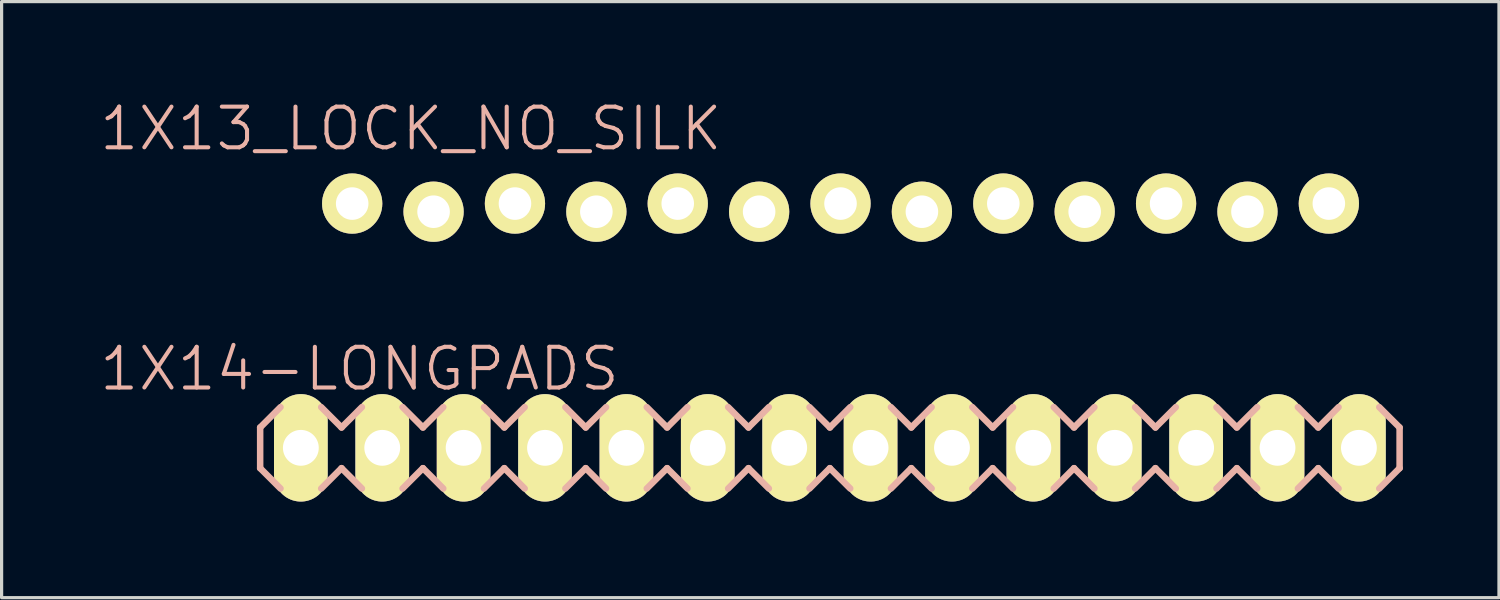
<source format=kicad_pcb>
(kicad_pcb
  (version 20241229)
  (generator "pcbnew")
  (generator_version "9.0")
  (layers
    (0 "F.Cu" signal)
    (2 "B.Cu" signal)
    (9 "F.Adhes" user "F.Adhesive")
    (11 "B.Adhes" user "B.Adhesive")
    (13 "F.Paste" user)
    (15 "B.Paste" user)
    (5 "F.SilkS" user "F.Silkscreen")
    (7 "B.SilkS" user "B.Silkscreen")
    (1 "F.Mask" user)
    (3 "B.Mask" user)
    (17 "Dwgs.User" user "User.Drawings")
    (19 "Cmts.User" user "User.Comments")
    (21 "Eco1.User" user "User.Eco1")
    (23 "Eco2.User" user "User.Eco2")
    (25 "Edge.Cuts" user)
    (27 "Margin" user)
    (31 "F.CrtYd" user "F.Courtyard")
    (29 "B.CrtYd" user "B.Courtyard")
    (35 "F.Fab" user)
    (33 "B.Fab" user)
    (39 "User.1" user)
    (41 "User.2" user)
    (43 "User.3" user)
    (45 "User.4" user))
  (footprint "1X13_LOCK_NO_SILK"
    (layer "F.Cu")
    (at 7.941 3.43)
    (property "Reference" "1X13_LOCK_NO_SILK" (at 1.829 -2.464 0) (layer "B.SilkS") (effects (font (size 1.27 1.27) (thickness 0.127))))
    (attr exclude_from_pos_files exclude_from_bom)
    (fp_line (start -0.254 -0.254) (end 0.254 -0.254) (stroke (width 0.066) (type solid)) (layer "F.SilkS"))
    (fp_line (start -0.254 0.254) (end -0.254 -0.254) (stroke (width 0.066) (type solid)) (layer "F.SilkS"))
    (fp_line (start -0.254 0.254) (end 0.254 0.254) (stroke (width 0.066) (type solid)) (layer "F.SilkS"))
    (fp_line (start 0.254 0.254) (end 0.254 -0.254) (stroke (width 0.066) (type solid)) (layer "F.SilkS"))
    (fp_line (start 2.286 -0.254) (end 2.794 -0.254) (stroke (width 0.066) (type solid)) (layer "F.SilkS"))
    (fp_line (start 2.286 0.254) (end 2.286 -0.254) (stroke (width 0.066) (type solid)) (layer "F.SilkS"))
    (fp_line (start 2.286 0.254) (end 2.794 0.254) (stroke (width 0.066) (type solid)) (layer "F.SilkS"))
    (fp_line (start 2.794 0.254) (end 2.794 -0.254) (stroke (width 0.066) (type solid)) (layer "F.SilkS"))
    (fp_line (start 4.826 -0.254) (end 5.334 -0.254) (stroke (width 0.066) (type solid)) (layer "F.SilkS"))
    (fp_line (start 4.826 0.254) (end 4.826 -0.254) (stroke (width 0.066) (type solid)) (layer "F.SilkS"))
    (fp_line (start 4.826 0.254) (end 5.334 0.254) (stroke (width 0.066) (type solid)) (layer "F.SilkS"))
    (fp_line (start 5.334 0.254) (end 5.334 -0.254) (stroke (width 0.066) (type solid)) (layer "F.SilkS"))
    (fp_line (start 7.366 -0.254) (end 7.874 -0.254) (stroke (width 0.066) (type solid)) (layer "F.SilkS"))
    (fp_line (start 7.366 0.254) (end 7.366 -0.254) (stroke (width 0.066) (type solid)) (layer "F.SilkS"))
    (fp_line (start 7.366 0.254) (end 7.874 0.254) (stroke (width 0.066) (type solid)) (layer "F.SilkS"))
    (fp_line (start 7.874 0.254) (end 7.874 -0.254) (stroke (width 0.066) (type solid)) (layer "F.SilkS"))
    (fp_line (start 9.906 -0.254) (end 10.414 -0.254) (stroke (width 0.066) (type solid)) (layer "F.SilkS"))
    (fp_line (start 9.906 0.254) (end 9.906 -0.254) (stroke (width 0.066) (type solid)) (layer "F.SilkS"))
    (fp_line (start 9.906 0.254) (end 10.414 0.254) (stroke (width 0.066) (type solid)) (layer "F.SilkS"))
    (fp_line (start 10.414 0.254) (end 10.414 -0.254) (stroke (width 0.066) (type solid)) (layer "F.SilkS"))
    (fp_line (start 12.446 -0.254) (end 12.954 -0.254) (stroke (width 0.066) (type solid)) (layer "F.SilkS"))
    (fp_line (start 12.446 0.254) (end 12.446 -0.254) (stroke (width 0.066) (type solid)) (layer "F.SilkS"))
    (fp_line (start 12.446 0.254) (end 12.954 0.254) (stroke (width 0.066) (type solid)) (layer "F.SilkS"))
    (fp_line (start 12.954 0.254) (end 12.954 -0.254) (stroke (width 0.066) (type solid)) (layer "F.SilkS"))
    (fp_line (start 14.986 -0.254) (end 15.494 -0.254) (stroke (width 0.066) (type solid)) (layer "F.SilkS"))
    (fp_line (start 14.986 0.254) (end 14.986 -0.254) (stroke (width 0.066) (type solid)) (layer "F.SilkS"))
    (fp_line (start 14.986 0.254) (end 15.494 0.254) (stroke (width 0.066) (type solid)) (layer "F.SilkS"))
    (fp_line (start 15.494 0.254) (end 15.494 -0.254) (stroke (width 0.066) (type solid)) (layer "F.SilkS"))
    (fp_line (start 17.523 -0.254) (end 18.034 -0.254) (stroke (width 0.066) (type solid)) (layer "F.SilkS"))
    (fp_line (start 17.523 0.254) (end 17.523 -0.254) (stroke (width 0.066) (type solid)) (layer "F.SilkS"))
    (fp_line (start 17.523 0.254) (end 18.034 0.254) (stroke (width 0.066) (type solid)) (layer "F.SilkS"))
    (fp_line (start 18.034 0.254) (end 18.034 -0.254) (stroke (width 0.066) (type solid)) (layer "F.SilkS"))
    (fp_line (start 20.066 -0.254) (end 20.574 -0.254) (stroke (width 0.066) (type solid)) (layer "F.SilkS"))
    (fp_line (start 20.066 0.254) (end 20.066 -0.254) (stroke (width 0.066) (type solid)) (layer "F.SilkS"))
    (fp_line (start 20.066 0.254) (end 20.574 0.254) (stroke (width 0.066) (type solid)) (layer "F.SilkS"))
    (fp_line (start 20.574 0.254) (end 20.574 -0.254) (stroke (width 0.066) (type solid)) (layer "F.SilkS"))
    (fp_line (start 22.606 -0.254) (end 23.114 -0.254) (stroke (width 0.066) (type solid)) (layer "F.SilkS"))
    (fp_line (start 22.606 0.254) (end 22.606 -0.254) (stroke (width 0.066) (type solid)) (layer "F.SilkS"))
    (fp_line (start 22.606 0.254) (end 23.114 0.254) (stroke (width 0.066) (type solid)) (layer "F.SilkS"))
    (fp_line (start 23.114 0.254) (end 23.114 -0.254) (stroke (width 0.066) (type solid)) (layer "F.SilkS"))
    (fp_line (start 25.146 -0.254) (end 25.654 -0.254) (stroke (width 0.066) (type solid)) (layer "F.SilkS"))
    (fp_line (start 25.146 0.254) (end 25.146 -0.254) (stroke (width 0.066) (type solid)) (layer "F.SilkS"))
    (fp_line (start 25.146 0.254) (end 25.654 0.254) (stroke (width 0.066) (type solid)) (layer "F.SilkS"))
    (fp_line (start 25.654 0.254) (end 25.654 -0.254) (stroke (width 0.066) (type solid)) (layer "F.SilkS"))
    (fp_line (start 27.686 -0.254) (end 28.194 -0.254) (stroke (width 0.066) (type solid)) (layer "F.SilkS"))
    (fp_line (start 27.686 0.254) (end 27.686 -0.254) (stroke (width 0.066) (type solid)) (layer "F.SilkS"))
    (fp_line (start 27.686 0.254) (end 28.194 0.254) (stroke (width 0.066) (type solid)) (layer "F.SilkS"))
    (fp_line (start 28.194 0.254) (end 28.194 -0.254) (stroke (width 0.066) (type solid)) (layer "F.SilkS"))
    (fp_line (start 30.226 -0.254) (end 30.734 -0.254) (stroke (width 0.066) (type solid)) (layer "F.SilkS"))
    (fp_line (start 30.226 0.254) (end 30.226 -0.254) (stroke (width 0.066) (type solid)) (layer "F.SilkS"))
    (fp_line (start 30.226 0.254) (end 30.734 0.254) (stroke (width 0.066) (type solid)) (layer "F.SilkS"))
    (fp_line (start 30.734 0.254) (end 30.734 -0.254) (stroke (width 0.066) (type solid)) (layer "F.SilkS"))
    (pad "1" thru_hole circle (at 0 -0.127) (size 1.88 1.88) (drill 1.016) (layers "*.Cu" "F.Mask" "F.SilkS" "F.Paste"))
    (pad "2" thru_hole circle (at 2.54 0.127) (size 1.88 1.88) (drill 1.016) (layers "*.Cu" "F.Mask" "F.SilkS" "F.Paste"))
    (pad "3" thru_hole circle (at 5.08 -0.127) (size 1.88 1.88) (drill 1.016) (layers "*.Cu" "F.Mask" "F.SilkS" "F.Paste"))
    (pad "4" thru_hole circle (at 7.62 0.127) (size 1.88 1.88) (drill 1.016) (layers "*.Cu" "F.Mask" "F.SilkS" "F.Paste"))
    (pad "5" thru_hole circle (at 10.16 -0.127) (size 1.88 1.88) (drill 1.016) (layers "*.Cu" "F.Mask" "F.SilkS" "F.Paste"))
    (pad "6" thru_hole circle (at 12.7 0.127) (size 1.88 1.88) (drill 1.016) (layers "*.Cu" "F.Mask" "F.SilkS" "F.Paste"))
    (pad "7" thru_hole circle (at 15.24 -0.127) (size 1.88 1.88) (drill 1.016) (layers "*.Cu" "F.Mask" "F.SilkS" "F.Paste"))
    (pad "8" thru_hole circle (at 17.78 0.127) (size 1.88 1.88) (drill 1.016) (layers "*.Cu" "F.Mask" "F.SilkS" "F.Paste"))
    (pad "9" thru_hole circle (at 20.32 -0.127) (size 1.88 1.88) (drill 1.016) (layers "*.Cu" "F.Mask" "F.SilkS" "F.Paste"))
    (pad "10" thru_hole circle (at 22.86 0.127) (size 1.88 1.88) (drill 1.016) (layers "*.Cu" "F.Mask" "F.SilkS" "F.Paste"))
    (pad "11" thru_hole circle (at 25.4 -0.127) (size 1.88 1.88) (drill 1.016) (layers "*.Cu" "F.Mask" "F.SilkS" "F.Paste"))
    (pad "12" thru_hole circle (at 27.94 0.127) (size 1.88 1.88) (drill 1.016) (layers "*.Cu" "F.Mask" "F.SilkS" "F.Paste"))
    (pad "13" thru_hole circle (at 30.48 -0.127) (size 1.88 1.88) (drill 1.016) (layers "*.Cu" "F.Mask" "F.SilkS" "F.Paste")))
  (footprint "1X14-LONGPADS"
    (layer "F.Cu")
    (at 6.339 10.926)
    (property "Reference" "1X14-LONGPADS" (at 1.829 -2.464 0) (layer "B.SilkS") (effects (font (size 1.27 1.27) (thickness 0.127))))
    (attr exclude_from_pos_files exclude_from_bom)
    (fp_line (start -0.254 -0.254) (end 0.254 -0.254) (stroke (width 0.066) (type solid)) (layer "F.SilkS"))
    (fp_line (start -0.254 0.254) (end -0.254 -0.254) (stroke (width 0.066) (type solid)) (layer "F.SilkS"))
    (fp_line (start -0.254 0.254) (end 0.254 0.254) (stroke (width 0.066) (type solid)) (layer "F.SilkS"))
    (fp_line (start 0.254 0.254) (end 0.254 -0.254) (stroke (width 0.066) (type solid)) (layer "F.SilkS"))
    (fp_line (start 2.286 -0.254) (end 2.794 -0.254) (stroke (width 0.066) (type solid)) (layer "F.SilkS"))
    (fp_line (start 2.286 0.254) (end 2.286 -0.254) (stroke (width 0.066) (type solid)) (layer "F.SilkS"))
    (fp_line (start 2.286 0.254) (end 2.794 0.254) (stroke (width 0.066) (type solid)) (layer "F.SilkS"))
    (fp_line (start 2.794 0.254) (end 2.794 -0.254) (stroke (width 0.066) (type solid)) (layer "F.SilkS"))
    (fp_line (start 4.826 -0.254) (end 5.334 -0.254) (stroke (width 0.066) (type solid)) (layer "F.SilkS"))
    (fp_line (start 4.826 0.254) (end 4.826 -0.254) (stroke (width 0.066) (type solid)) (layer "F.SilkS"))
    (fp_line (start 4.826 0.254) (end 5.334 0.254) (stroke (width 0.066) (type solid)) (layer "F.SilkS"))
    (fp_line (start 5.334 0.254) (end 5.334 -0.254) (stroke (width 0.066) (type solid)) (layer "F.SilkS"))
    (fp_line (start 7.366 -0.254) (end 7.874 -0.254) (stroke (width 0.066) (type solid)) (layer "F.SilkS"))
    (fp_line (start 7.366 0.254) (end 7.366 -0.254) (stroke (width 0.066) (type solid)) (layer "F.SilkS"))
    (fp_line (start 7.366 0.254) (end 7.874 0.254) (stroke (width 0.066) (type solid)) (layer "F.SilkS"))
    (fp_line (start 7.874 0.254) (end 7.874 -0.254) (stroke (width 0.066) (type solid)) (layer "F.SilkS"))
    (fp_line (start 9.906 -0.254) (end 10.414 -0.254) (stroke (width 0.066) (type solid)) (layer "F.SilkS"))
    (fp_line (start 9.906 0.254) (end 9.906 -0.254) (stroke (width 0.066) (type solid)) (layer "F.SilkS"))
    (fp_line (start 9.906 0.254) (end 10.414 0.254) (stroke (width 0.066) (type solid)) (layer "F.SilkS"))
    (fp_line (start 10.414 0.254) (end 10.414 -0.254) (stroke (width 0.066) (type solid)) (layer "F.SilkS"))
    (fp_line (start 12.446 -0.254) (end 12.954 -0.254) (stroke (width 0.066) (type solid)) (layer "F.SilkS"))
    (fp_line (start 12.446 0.254) (end 12.446 -0.254) (stroke (width 0.066) (type solid)) (layer "F.SilkS"))
    (fp_line (start 12.446 0.254) (end 12.954 0.254) (stroke (width 0.066) (type solid)) (layer "F.SilkS"))
    (fp_line (start 12.954 0.254) (end 12.954 -0.254) (stroke (width 0.066) (type solid)) (layer "F.SilkS"))
    (fp_line (start 14.986 -0.254) (end 15.494 -0.254) (stroke (width 0.066) (type solid)) (layer "F.SilkS"))
    (fp_line (start 14.986 0.254) (end 14.986 -0.254) (stroke (width 0.066) (type solid)) (layer "F.SilkS"))
    (fp_line (start 14.986 0.254) (end 15.494 0.254) (stroke (width 0.066) (type solid)) (layer "F.SilkS"))
    (fp_line (start 15.494 0.254) (end 15.494 -0.254) (stroke (width 0.066) (type solid)) (layer "F.SilkS"))
    (fp_line (start 17.523 -0.254) (end 18.034 -0.254) (stroke (width 0.066) (type solid)) (layer "F.SilkS"))
    (fp_line (start 17.523 0.254) (end 17.523 -0.254) (stroke (width 0.066) (type solid)) (layer "F.SilkS"))
    (fp_line (start 17.523 0.254) (end 18.034 0.254) (stroke (width 0.066) (type solid)) (layer "F.SilkS"))
    (fp_line (start 18.034 0.254) (end 18.034 -0.254) (stroke (width 0.066) (type solid)) (layer "F.SilkS"))
    (fp_line (start 20.066 -0.254) (end 20.574 -0.254) (stroke (width 0.066) (type solid)) (layer "F.SilkS"))
    (fp_line (start 20.066 0.254) (end 20.066 -0.254) (stroke (width 0.066) (type solid)) (layer "F.SilkS"))
    (fp_line (start 20.066 0.254) (end 20.574 0.254) (stroke (width 0.066) (type solid)) (layer "F.SilkS"))
    (fp_line (start 20.574 0.254) (end 20.574 -0.254) (stroke (width 0.066) (type solid)) (layer "F.SilkS"))
    (fp_line (start 22.606 -0.254) (end 23.114 -0.254) (stroke (width 0.066) (type solid)) (layer "F.SilkS"))
    (fp_line (start 22.606 0.254) (end 22.606 -0.254) (stroke (width 0.066) (type solid)) (layer "F.SilkS"))
    (fp_line (start 22.606 0.254) (end 23.114 0.254) (stroke (width 0.066) (type solid)) (layer "F.SilkS"))
    (fp_line (start 23.114 0.254) (end 23.114 -0.254) (stroke (width 0.066) (type solid)) (layer "F.SilkS"))
    (fp_line (start 25.146 -0.254) (end 25.654 -0.254) (stroke (width 0.066) (type solid)) (layer "F.SilkS"))
    (fp_line (start 25.146 0.254) (end 25.146 -0.254) (stroke (width 0.066) (type solid)) (layer "F.SilkS"))
    (fp_line (start 25.146 0.254) (end 25.654 0.254) (stroke (width 0.066) (type solid)) (layer "F.SilkS"))
    (fp_line (start 25.654 0.254) (end 25.654 -0.254) (stroke (width 0.066) (type solid)) (layer "F.SilkS"))
    (fp_line (start 27.686 -0.254) (end 28.194 -0.254) (stroke (width 0.066) (type solid)) (layer "F.SilkS"))
    (fp_line (start 27.686 0.254) (end 27.686 -0.254) (stroke (width 0.066) (type solid)) (layer "F.SilkS"))
    (fp_line (start 27.686 0.254) (end 28.194 0.254) (stroke (width 0.066) (type solid)) (layer "F.SilkS"))
    (fp_line (start 28.194 0.254) (end 28.194 -0.254) (stroke (width 0.066) (type solid)) (layer "F.SilkS"))
    (fp_line (start 30.226 -0.254) (end 30.734 -0.254) (stroke (width 0.066) (type solid)) (layer "F.SilkS"))
    (fp_line (start 30.226 0.254) (end 30.226 -0.254) (stroke (width 0.066) (type solid)) (layer "F.SilkS"))
    (fp_line (start 30.226 0.254) (end 30.734 0.254) (stroke (width 0.066) (type solid)) (layer "F.SilkS"))
    (fp_line (start 30.734 0.254) (end 30.734 -0.254) (stroke (width 0.066) (type solid)) (layer "F.SilkS"))
    (fp_line (start 32.766 -0.254) (end 33.274 -0.254) (stroke (width 0.066) (type solid)) (layer "F.SilkS"))
    (fp_line (start 32.766 0.254) (end 32.766 -0.254) (stroke (width 0.066) (type solid)) (layer "F.SilkS"))
    (fp_line (start 32.766 0.254) (end 33.274 0.254) (stroke (width 0.066) (type solid)) (layer "F.SilkS"))
    (fp_line (start 33.274 0.254) (end 33.274 -0.254) (stroke (width 0.066) (type solid)) (layer "F.SilkS"))
    (fp_line (start -1.27 -0.635) (end -1.27 0.635) (stroke (width 0.203) (type solid)) (layer "B.SilkS"))
    (fp_line (start -1.27 0.635) (end -0.635 1.27) (stroke (width 0.203) (type solid)) (layer "B.SilkS"))
    (fp_line (start -0.635 -1.27) (end -1.27 -0.635) (stroke (width 0.203) (type solid)) (layer "B.SilkS"))
    (fp_line (start 0.635 -1.27) (end 1.27 -0.635) (stroke (width 0.203) (type solid)) (layer "B.SilkS"))
    (fp_line (start 1.27 -0.635) (end 1.905 -1.27) (stroke (width 0.203) (type solid)) (layer "B.SilkS"))
    (fp_line (start 1.27 0.635) (end 0.635 1.27) (stroke (width 0.203) (type solid)) (layer "B.SilkS"))
    (fp_line (start 1.905 1.27) (end 1.27 0.635) (stroke (width 0.203) (type solid)) (layer "B.SilkS"))
    (fp_line (start 3.175 -1.27) (end 3.81 -0.635) (stroke (width 0.203) (type solid)) (layer "B.SilkS"))
    (fp_line (start 3.81 -0.635) (end 4.445 -1.27) (stroke (width 0.203) (type solid)) (layer "B.SilkS"))
    (fp_line (start 3.81 0.635) (end 3.175 1.27) (stroke (width 0.203) (type solid)) (layer "B.SilkS"))
    (fp_line (start 4.445 1.27) (end 3.81 0.635) (stroke (width 0.203) (type solid)) (layer "B.SilkS"))
    (fp_line (start 5.715 -1.27) (end 6.35 -0.635) (stroke (width 0.203) (type solid)) (layer "B.SilkS"))
    (fp_line (start 6.35 0.635) (end 5.715 1.27) (stroke (width 0.203) (type solid)) (layer "B.SilkS"))
    (fp_line (start 6.35 0.635) (end 6.985 1.27) (stroke (width 0.203) (type solid)) (layer "B.SilkS"))
    (fp_line (start 6.985 -1.27) (end 6.35 -0.635) (stroke (width 0.203) (type solid)) (layer "B.SilkS"))
    (fp_line (start 8.255 -1.27) (end 8.89 -0.635) (stroke (width 0.203) (type solid)) (layer "B.SilkS"))
    (fp_line (start 8.89 -0.635) (end 9.525 -1.27) (stroke (width 0.203) (type solid)) (layer "B.SilkS"))
    (fp_line (start 8.89 0.635) (end 8.255 1.27) (stroke (width 0.203) (type solid)) (layer "B.SilkS"))
    (fp_line (start 9.525 1.27) (end 8.89 0.635) (stroke (width 0.203) (type solid)) (layer "B.SilkS"))
    (fp_line (start 10.795 -1.27) (end 11.43 -0.635) (stroke (width 0.203) (type solid)) (layer "B.SilkS"))
    (fp_line (start 11.43 -0.635) (end 12.065 -1.27) (stroke (width 0.203) (type solid)) (layer "B.SilkS"))
    (fp_line (start 11.43 0.635) (end 10.795 1.27) (stroke (width 0.203) (type solid)) (layer "B.SilkS"))
    (fp_line (start 12.065 1.27) (end 11.43 0.635) (stroke (width 0.203) (type solid)) (layer "B.SilkS"))
    (fp_line (start 13.335 -1.27) (end 13.97 -0.635) (stroke (width 0.203) (type solid)) (layer "B.SilkS"))
    (fp_line (start 13.97 0.635) (end 13.335 1.27) (stroke (width 0.203) (type solid)) (layer "B.SilkS"))
    (fp_line (start 13.97 0.635) (end 14.605 1.27) (stroke (width 0.203) (type solid)) (layer "B.SilkS"))
    (fp_line (start 14.605 -1.27) (end 13.97 -0.635) (stroke (width 0.203) (type solid)) (layer "B.SilkS"))
    (fp_line (start 15.875 -1.27) (end 16.51 -0.635) (stroke (width 0.203) (type solid)) (layer "B.SilkS"))
    (fp_line (start 16.51 0.635) (end 15.875 1.27) (stroke (width 0.203) (type solid)) (layer "B.SilkS"))
    (fp_line (start 16.51 0.635) (end 17.145 1.27) (stroke (width 0.203) (type solid)) (layer "B.SilkS"))
    (fp_line (start 17.145 -1.27) (end 16.51 -0.635) (stroke (width 0.203) (type solid)) (layer "B.SilkS"))
    (fp_line (start 18.415 -1.27) (end 19.05 -0.635) (stroke (width 0.203) (type solid)) (layer "B.SilkS"))
    (fp_line (start 19.05 -0.635) (end 19.685 -1.27) (stroke (width 0.203) (type solid)) (layer "B.SilkS"))
    (fp_line (start 19.05 0.635) (end 18.415 1.27) (stroke (width 0.203) (type solid)) (layer "B.SilkS"))
    (fp_line (start 19.685 1.27) (end 19.05 0.635) (stroke (width 0.203) (type solid)) (layer "B.SilkS"))
    (fp_line (start 20.955 -1.27) (end 21.59 -0.635) (stroke (width 0.203) (type solid)) (layer "B.SilkS"))
    (fp_line (start 21.59 -0.635) (end 22.225 -1.27) (stroke (width 0.203) (type solid)) (layer "B.SilkS"))
    (fp_line (start 21.59 0.635) (end 20.955 1.27) (stroke (width 0.203) (type solid)) (layer "B.SilkS"))
    (fp_line (start 22.225 1.27) (end 21.59 0.635) (stroke (width 0.203) (type solid)) (layer "B.SilkS"))
    (fp_line (start 23.495 -1.27) (end 24.13 -0.635) (stroke (width 0.203) (type solid)) (layer "B.SilkS"))
    (fp_line (start 24.13 0.635) (end 23.495 1.27) (stroke (width 0.203) (type solid)) (layer "B.SilkS"))
    (fp_line (start 24.13 0.635) (end 24.765 1.27) (stroke (width 0.203) (type solid)) (layer "B.SilkS"))
    (fp_line (start 24.765 -1.27) (end 24.13 -0.635) (stroke (width 0.203) (type solid)) (layer "B.SilkS"))
    (fp_line (start 26.035 -1.27) (end 26.67 -0.635) (stroke (width 0.203) (type solid)) (layer "B.SilkS"))
    (fp_line (start 26.67 -0.635) (end 27.305 -1.27) (stroke (width 0.203) (type solid)) (layer "B.SilkS"))
    (fp_line (start 26.67 0.635) (end 26.035 1.27) (stroke (width 0.203) (type solid)) (layer "B.SilkS"))
    (fp_line (start 27.305 1.27) (end 26.67 0.635) (stroke (width 0.203) (type solid)) (layer "B.SilkS"))
    (fp_line (start 28.575 -1.27) (end 29.21 -0.635) (stroke (width 0.203) (type solid)) (layer "B.SilkS"))
    (fp_line (start 29.21 -0.635) (end 29.845 -1.27) (stroke (width 0.203) (type solid)) (layer "B.SilkS"))
    (fp_line (start 29.21 0.635) (end 28.575 1.27) (stroke (width 0.203) (type solid)) (layer "B.SilkS"))
    (fp_line (start 29.845 1.27) (end 29.21 0.635) (stroke (width 0.203) (type solid)) (layer "B.SilkS"))
    (fp_line (start 31.115 -1.27) (end 31.75 -0.635) (stroke (width 0.203) (type solid)) (layer "B.SilkS"))
    (fp_line (start 31.75 0.635) (end 31.115 1.27) (stroke (width 0.203) (type solid)) (layer "B.SilkS"))
    (fp_line (start 31.75 0.635) (end 32.385 1.27) (stroke (width 0.203) (type solid)) (layer "B.SilkS"))
    (fp_line (start 32.385 -1.27) (end 31.75 -0.635) (stroke (width 0.203) (type solid)) (layer "B.SilkS"))
    (fp_line (start 33.655 -1.27) (end 34.29 -0.635) (stroke (width 0.203) (type solid)) (layer "B.SilkS"))
    (fp_line (start 34.29 -0.635) (end 34.29 0.635) (stroke (width 0.203) (type solid)) (layer "B.SilkS"))
    (fp_line (start 34.29 0.635) (end 33.655 1.27) (stroke (width 0.203) (type solid)) (layer "B.SilkS"))
    (pad "1" thru_hole oval (at 0 0 180) (size 1.676 3.353) (drill 1.118) (layers "*.Cu" "F.Mask" "F.SilkS" "F.Paste"))
    (pad "2" thru_hole oval (at 2.54 0 180) (size 1.676 3.353) (drill 1.118) (layers "*.Cu" "F.Mask" "F.SilkS" "F.Paste"))
    (pad "3" thru_hole oval (at 5.08 0 180) (size 1.676 3.353) (drill 1.118) (layers "*.Cu" "F.Mask" "F.SilkS" "F.Paste"))
    (pad "4" thru_hole oval (at 7.62 0 180) (size 1.676 3.353) (drill 1.118) (layers "*.Cu" "F.Mask" "F.SilkS" "F.Paste"))
    (pad "5" thru_hole oval (at 10.16 0 180) (size 1.676 3.353) (drill 1.118) (layers "*.Cu" "F.Mask" "F.SilkS" "F.Paste"))
    (pad "6" thru_hole oval (at 12.7 0 180) (size 1.676 3.353) (drill 1.118) (layers "*.Cu" "F.Mask" "F.SilkS" "F.Paste"))
    (pad "7" thru_hole oval (at 15.24 0 180) (size 1.676 3.353) (drill 1.118) (layers "*.Cu" "F.Mask" "F.SilkS" "F.Paste"))
    (pad "8" thru_hole oval (at 17.78 0 180) (size 1.676 3.353) (drill 1.118) (layers "*.Cu" "F.Mask" "F.SilkS" "F.Paste"))
    (pad "9" thru_hole oval (at 20.32 0 180) (size 1.676 3.353) (drill 1.118) (layers "*.Cu" "F.Mask" "F.SilkS" "F.Paste"))
    (pad "10" thru_hole oval (at 22.86 0 180) (size 1.676 3.353) (drill 1.118) (layers "*.Cu" "F.Mask" "F.SilkS" "F.Paste"))
    (pad "11" thru_hole oval (at 25.4 0 180) (size 1.676 3.353) (drill 1.118) (layers "*.Cu" "F.Mask" "F.SilkS" "F.Paste"))
    (pad "12" thru_hole oval (at 27.94 0 180) (size 1.676 3.353) (drill 1.118) (layers "*.Cu" "F.Mask" "F.SilkS" "F.Paste"))
    (pad "13" thru_hole oval (at 30.48 0 180) (size 1.676 3.353) (drill 1.118) (layers "*.Cu" "F.Mask" "F.SilkS" "F.Paste"))
    (pad "14" thru_hole oval (at 33.02 0 180) (size 1.676 3.353) (drill 1.118) (layers "*.Cu" "F.Mask" "F.SilkS" "F.Paste")))
  (gr_rect
    (start -3 -3)
    (end 43.73 15.602)
    (stroke (width 0.1) (type default))
    (fill no)
    (layer "Edge.Cuts")))
</source>
